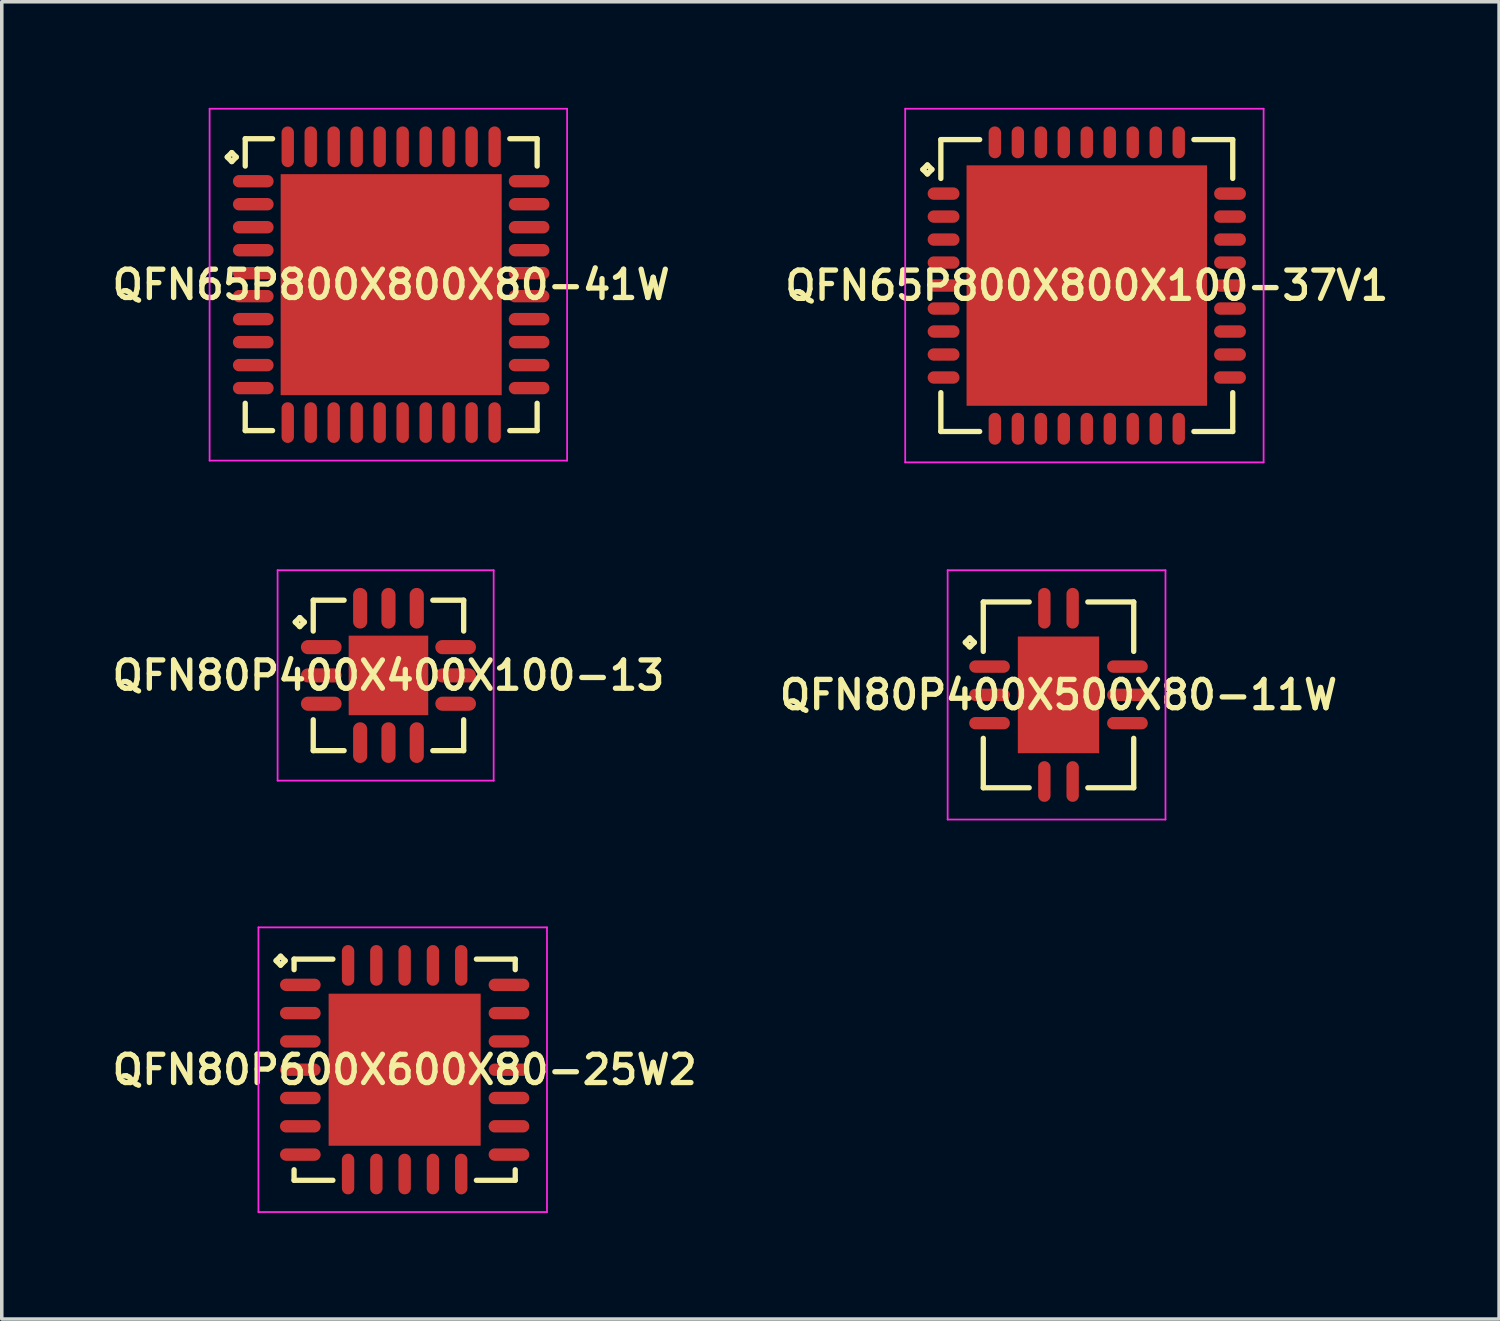
<source format=kicad_pcb>
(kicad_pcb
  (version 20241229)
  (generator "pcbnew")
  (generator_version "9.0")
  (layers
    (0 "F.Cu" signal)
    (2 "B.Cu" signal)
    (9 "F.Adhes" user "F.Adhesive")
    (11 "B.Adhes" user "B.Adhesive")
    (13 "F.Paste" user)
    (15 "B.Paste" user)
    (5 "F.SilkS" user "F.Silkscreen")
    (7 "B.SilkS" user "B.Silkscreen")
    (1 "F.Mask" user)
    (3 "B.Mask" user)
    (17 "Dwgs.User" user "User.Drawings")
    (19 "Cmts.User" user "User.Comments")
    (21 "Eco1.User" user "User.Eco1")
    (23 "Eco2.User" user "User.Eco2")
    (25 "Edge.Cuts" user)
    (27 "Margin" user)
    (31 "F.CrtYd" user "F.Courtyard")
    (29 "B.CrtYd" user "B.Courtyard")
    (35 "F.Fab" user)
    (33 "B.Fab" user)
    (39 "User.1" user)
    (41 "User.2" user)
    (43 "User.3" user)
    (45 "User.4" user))
  (footprint "QFN80P400X400X100-13"
    (layer "F.Cu")
    (at 7.935 16.05)
    (property "Reference" "QFN80P400X400X100-13" (at 0 0 0) (layer "F.SilkS") (effects (font (size 0.8 0.8) (thickness 0.15))))
    (attr smd)
    (fp_line (start -2.635 -1.508) (end -2.508 -1.635) (stroke (width 0.15) (type solid)) (layer "F.SilkS"))
    (fp_line (start -2.508 -1.635) (end -2.381 -1.508) (stroke (width 0.15) (type solid)) (layer "F.SilkS"))
    (fp_line (start -2.508 -1.381) (end -2.635 -1.508) (stroke (width 0.15) (type solid)) (layer "F.SilkS"))
    (fp_line (start -2.381 -1.508) (end -2.508 -1.381) (stroke (width 0.15) (type solid)) (layer "F.SilkS"))
    (fp_line (start -2.127 -2.127) (end -1.254 -2.127) (stroke (width 0.15) (type solid)) (layer "F.SilkS"))
    (fp_line (start -2.127 -1.254) (end -2.127 -2.127) (stroke (width 0.15) (type solid)) (layer "F.SilkS"))
    (fp_line (start -2.127 1.254) (end -2.127 2.127) (stroke (width 0.15) (type solid)) (layer "F.SilkS"))
    (fp_line (start -2.127 2.127) (end -1.254 2.127) (stroke (width 0.15) (type solid)) (layer "F.SilkS"))
    (fp_line (start 1.254 -2.127) (end 2.127 -2.127) (stroke (width 0.15) (type solid)) (layer "F.SilkS"))
    (fp_line (start 1.254 2.127) (end 2.127 2.127) (stroke (width 0.15) (type solid)) (layer "F.SilkS"))
    (fp_line (start 2.127 -2.127) (end 2.127 -1.254) (stroke (width 0.15) (type solid)) (layer "F.SilkS"))
    (fp_line (start 2.127 2.127) (end 2.127 1.254) (stroke (width 0.15) (type solid)) (layer "F.SilkS"))
    (fp_line (start -3.135 -2.975) (end 2.975 -2.975) (stroke (width 0.05) (type solid)) (layer "F.CrtYd"))
    (fp_line (start -3.135 2.975) (end -3.135 -2.975) (stroke (width 0.05) (type solid)) (layer "F.CrtYd"))
    (fp_line (start 2.975 -2.975) (end 2.975 2.975) (stroke (width 0.05) (type solid)) (layer "F.CrtYd"))
    (fp_line (start 2.975 2.975) (end -3.135 2.975) (stroke (width 0.05) (type solid)) (layer "F.CrtYd"))
    (pad "1" smd oval (at -1.9 -0.8) (size 1.15 0.4) (layers "F.Cu" "F.Mask" "F.Paste"))
    (pad "2" smd oval (at -1.9 0) (size 1.15 0.4) (layers "F.Cu" "F.Mask" "F.Paste"))
    (pad "3" smd oval (at -1.9 0.8) (size 1.15 0.4) (layers "F.Cu" "F.Mask" "F.Paste"))
    (pad "4" smd oval (at -0.8 1.9) (size 0.4 1.15) (layers "F.Cu" "F.Mask" "F.Paste"))
    (pad "5" smd oval (at 0 1.9) (size 0.4 1.15) (layers "F.Cu" "F.Mask" "F.Paste"))
    (pad "6" smd oval (at 0.8 1.9) (size 0.4 1.15) (layers "F.Cu" "F.Mask" "F.Paste"))
    (pad "7" smd oval (at 1.9 0.8) (size 1.15 0.4) (layers "F.Cu" "F.Mask" "F.Paste"))
    (pad "8" smd oval (at 1.9 0) (size 1.15 0.4) (layers "F.Cu" "F.Mask" "F.Paste"))
    (pad "9" smd oval (at 1.9 -0.8) (size 1.15 0.4) (layers "F.Cu" "F.Mask" "F.Paste"))
    (pad "10" smd oval (at 0.8 -1.9) (size 0.4 1.15) (layers "F.Cu" "F.Mask" "F.Paste"))
    (pad "11" smd oval (at 0 -1.9) (size 0.4 1.15) (layers "F.Cu" "F.Mask" "F.Paste"))
    (pad "12" smd oval (at -0.8 -1.9) (size 0.4 1.15) (layers "F.Cu" "F.Mask" "F.Paste"))
    (pad "13" smd rect (at 0 0) (size 2.25 2.25) (layers "F.Cu" "F.Mask" "F.Paste")))
  (footprint "QFN65P800X800X100-37V1"
    (layer "F.Cu")
    (at 27.683 5.025)
    (property "Reference" "QFN65P800X800X100-37V1" (at 0 0 0) (layer "F.SilkS") (effects (font (size 0.8 0.8) (thickness 0.15))))
    (attr smd)
    (fp_line (start -4.635 -3.283) (end -4.508 -3.41) (stroke (width 0.15) (type solid)) (layer "F.SilkS"))
    (fp_line (start -4.508 -3.41) (end -4.381 -3.283) (stroke (width 0.15) (type solid)) (layer "F.SilkS"))
    (fp_line (start -4.508 -3.156) (end -4.635 -3.283) (stroke (width 0.15) (type solid)) (layer "F.SilkS"))
    (fp_line (start -4.381 -3.283) (end -4.508 -3.156) (stroke (width 0.15) (type solid)) (layer "F.SilkS"))
    (fp_line (start -4.127 -4.127) (end -3.029 -4.127) (stroke (width 0.15) (type solid)) (layer "F.SilkS"))
    (fp_line (start -4.127 -3.029) (end -4.127 -4.127) (stroke (width 0.15) (type solid)) (layer "F.SilkS"))
    (fp_line (start -4.127 3.029) (end -4.127 4.127) (stroke (width 0.15) (type solid)) (layer "F.SilkS"))
    (fp_line (start -4.127 4.127) (end -3.029 4.127) (stroke (width 0.15) (type solid)) (layer "F.SilkS"))
    (fp_line (start 3.029 -4.127) (end 4.127 -4.127) (stroke (width 0.15) (type solid)) (layer "F.SilkS"))
    (fp_line (start 3.029 4.127) (end 4.127 4.127) (stroke (width 0.15) (type solid)) (layer "F.SilkS"))
    (fp_line (start 4.127 -4.127) (end 4.127 -3.029) (stroke (width 0.15) (type solid)) (layer "F.SilkS"))
    (fp_line (start 4.127 4.127) (end 4.127 3.029) (stroke (width 0.15) (type solid)) (layer "F.SilkS"))
    (fp_line (start -5.135 -5) (end 5 -5) (stroke (width 0.05) (type solid)) (layer "F.CrtYd"))
    (fp_line (start -5.135 5) (end -5.135 -5) (stroke (width 0.05) (type solid)) (layer "F.CrtYd"))
    (fp_line (start 5 -5) (end 5 5) (stroke (width 0.05) (type solid)) (layer "F.CrtYd"))
    (fp_line (start 5 5) (end -5.135 5) (stroke (width 0.05) (type solid)) (layer "F.CrtYd"))
    (pad "1" smd oval (at -4.05 -2.6) (size 0.9 0.35) (layers "F.Cu" "F.Mask" "F.Paste"))
    (pad "2" smd oval (at -4.05 -1.95) (size 0.9 0.35) (layers "F.Cu" "F.Mask" "F.Paste"))
    (pad "3" smd oval (at -4.05 -1.3) (size 0.9 0.35) (layers "F.Cu" "F.Mask" "F.Paste"))
    (pad "4" smd oval (at -4.05 -0.65) (size 0.9 0.35) (layers "F.Cu" "F.Mask" "F.Paste"))
    (pad "5" smd oval (at -4.05 0) (size 0.9 0.35) (layers "F.Cu" "F.Mask" "F.Paste"))
    (pad "6" smd oval (at -4.05 0.65) (size 0.9 0.35) (layers "F.Cu" "F.Mask" "F.Paste"))
    (pad "7" smd oval (at -4.05 1.3) (size 0.9 0.35) (layers "F.Cu" "F.Mask" "F.Paste"))
    (pad "8" smd oval (at -4.05 1.95) (size 0.9 0.35) (layers "F.Cu" "F.Mask" "F.Paste"))
    (pad "9" smd oval (at -4.05 2.6) (size 0.9 0.35) (layers "F.Cu" "F.Mask" "F.Paste"))
    (pad "10" smd oval (at -2.6 4.05) (size 0.35 0.9) (layers "F.Cu" "F.Mask" "F.Paste"))
    (pad "11" smd oval (at -1.95 4.05) (size 0.35 0.9) (layers "F.Cu" "F.Mask" "F.Paste"))
    (pad "12" smd oval (at -1.3 4.05) (size 0.35 0.9) (layers "F.Cu" "F.Mask" "F.Paste"))
    (pad "13" smd oval (at -0.65 4.05) (size 0.35 0.9) (layers "F.Cu" "F.Mask" "F.Paste"))
    (pad "14" smd oval (at 0 4.05) (size 0.35 0.9) (layers "F.Cu" "F.Mask" "F.Paste"))
    (pad "15" smd oval (at 0.65 4.05) (size 0.35 0.9) (layers "F.Cu" "F.Mask" "F.Paste"))
    (pad "16" smd oval (at 1.3 4.05) (size 0.35 0.9) (layers "F.Cu" "F.Mask" "F.Paste"))
    (pad "17" smd oval (at 1.95 4.05) (size 0.35 0.9) (layers "F.Cu" "F.Mask" "F.Paste"))
    (pad "18" smd oval (at 2.6 4.05) (size 0.35 0.9) (layers "F.Cu" "F.Mask" "F.Paste"))
    (pad "19" smd oval (at 4.05 2.6) (size 0.9 0.35) (layers "F.Cu" "F.Mask" "F.Paste"))
    (pad "20" smd oval (at 4.05 1.95) (size 0.9 0.35) (layers "F.Cu" "F.Mask" "F.Paste"))
    (pad "21" smd oval (at 4.05 1.3) (size 0.9 0.35) (layers "F.Cu" "F.Mask" "F.Paste"))
    (pad "22" smd oval (at 4.05 0.65) (size 0.9 0.35) (layers "F.Cu" "F.Mask" "F.Paste"))
    (pad "23" smd oval (at 4.05 0) (size 0.9 0.35) (layers "F.Cu" "F.Mask" "F.Paste"))
    (pad "24" smd oval (at 4.05 -0.65) (size 0.9 0.35) (layers "F.Cu" "F.Mask" "F.Paste"))
    (pad "25" smd oval (at 4.05 -1.3) (size 0.9 0.35) (layers "F.Cu" "F.Mask" "F.Paste"))
    (pad "26" smd oval (at 4.05 -1.95) (size 0.9 0.35) (layers "F.Cu" "F.Mask" "F.Paste"))
    (pad "27" smd oval (at 4.05 -2.6) (size 0.9 0.35) (layers "F.Cu" "F.Mask" "F.Paste"))
    (pad "28" smd oval (at 2.6 -4.05) (size 0.35 0.9) (layers "F.Cu" "F.Mask" "F.Paste"))
    (pad "29" smd oval (at 1.95 -4.05) (size 0.35 0.9) (layers "F.Cu" "F.Mask" "F.Paste"))
    (pad "30" smd oval (at 1.3 -4.05) (size 0.35 0.9) (layers "F.Cu" "F.Mask" "F.Paste"))
    (pad "31" smd oval (at 0.65 -4.05) (size 0.35 0.9) (layers "F.Cu" "F.Mask" "F.Paste"))
    (pad "32" smd oval (at 0 -4.05) (size 0.35 0.9) (layers "F.Cu" "F.Mask" "F.Paste"))
    (pad "33" smd oval (at -0.65 -4.05) (size 0.35 0.9) (layers "F.Cu" "F.Mask" "F.Paste"))
    (pad "34" smd oval (at -1.3 -4.05) (size 0.35 0.9) (layers "F.Cu" "F.Mask" "F.Paste"))
    (pad "35" smd oval (at -1.95 -4.05) (size 0.35 0.9) (layers "F.Cu" "F.Mask" "F.Paste"))
    (pad "36" smd oval (at -2.6 -4.05) (size 0.35 0.9) (layers "F.Cu" "F.Mask" "F.Paste"))
    (pad "37" smd rect (at 0 0) (size 6.8 6.8) (layers "F.Cu" "F.Mask" "F.Paste")))
  (footprint "QFN80P600X600X80-25W2"
    (layer "F.Cu")
    (at 8.393 27.2)
    (property "Reference" "QFN80P600X600X80-25W2" (at 0 0 0) (layer "F.SilkS") (effects (font (size 0.8 0.8) (thickness 0.15))))
    (attr smd)
    (fp_line (start -3.635 -3.083) (end -3.508 -3.21) (stroke (width 0.15) (type solid)) (layer "F.SilkS"))
    (fp_line (start -3.508 -3.21) (end -3.381 -3.083) (stroke (width 0.15) (type solid)) (layer "F.SilkS"))
    (fp_line (start -3.508 -2.956) (end -3.635 -3.083) (stroke (width 0.15) (type solid)) (layer "F.SilkS"))
    (fp_line (start -3.381 -3.083) (end -3.508 -2.956) (stroke (width 0.15) (type solid)) (layer "F.SilkS"))
    (fp_line (start -3.127 -3.127) (end -2.029 -3.127) (stroke (width 0.15) (type solid)) (layer "F.SilkS"))
    (fp_line (start -3.127 -2.829) (end -3.127 -3.127) (stroke (width 0.15) (type solid)) (layer "F.SilkS"))
    (fp_line (start -3.127 2.829) (end -3.127 3.127) (stroke (width 0.15) (type solid)) (layer "F.SilkS"))
    (fp_line (start -3.127 3.127) (end -2.029 3.127) (stroke (width 0.15) (type solid)) (layer "F.SilkS"))
    (fp_line (start 2.029 -3.127) (end 3.127 -3.127) (stroke (width 0.15) (type solid)) (layer "F.SilkS"))
    (fp_line (start 2.029 3.127) (end 3.127 3.127) (stroke (width 0.15) (type solid)) (layer "F.SilkS"))
    (fp_line (start 3.127 -3.127) (end 3.127 -2.829) (stroke (width 0.15) (type solid)) (layer "F.SilkS"))
    (fp_line (start 3.127 3.127) (end 3.127 2.829) (stroke (width 0.15) (type solid)) (layer "F.SilkS"))
    (fp_line (start -4.135 -4.025) (end 4.025 -4.025) (stroke (width 0.05) (type solid)) (layer "F.CrtYd"))
    (fp_line (start -4.135 4.025) (end -4.135 -4.025) (stroke (width 0.05) (type solid)) (layer "F.CrtYd"))
    (fp_line (start 4.025 -4.025) (end 4.025 4.025) (stroke (width 0.05) (type solid)) (layer "F.CrtYd"))
    (fp_line (start 4.025 4.025) (end -4.135 4.025) (stroke (width 0.05) (type solid)) (layer "F.CrtYd"))
    (pad "1" smd oval (at -2.95 -2.4) (size 1.15 0.35) (layers "F.Cu" "F.Mask" "F.Paste"))
    (pad "2" smd oval (at -2.95 -1.6) (size 1.15 0.35) (layers "F.Cu" "F.Mask" "F.Paste"))
    (pad "3" smd oval (at -2.95 -0.8) (size 1.15 0.35) (layers "F.Cu" "F.Mask" "F.Paste"))
    (pad "4" smd oval (at -2.95 0) (size 1.15 0.35) (layers "F.Cu" "F.Mask" "F.Paste"))
    (pad "5" smd oval (at -2.95 0.8) (size 1.15 0.35) (layers "F.Cu" "F.Mask" "F.Paste"))
    (pad "6" smd oval (at -2.95 1.6) (size 1.15 0.35) (layers "F.Cu" "F.Mask" "F.Paste"))
    (pad "7" smd oval (at -2.95 2.4) (size 1.15 0.35) (layers "F.Cu" "F.Mask" "F.Paste"))
    (pad "8" smd oval (at -1.6 2.95) (size 0.35 1.15) (layers "F.Cu" "F.Mask" "F.Paste"))
    (pad "9" smd oval (at -0.8 2.95) (size 0.35 1.15) (layers "F.Cu" "F.Mask" "F.Paste"))
    (pad "10" smd oval (at 0 2.95) (size 0.35 1.15) (layers "F.Cu" "F.Mask" "F.Paste"))
    (pad "11" smd oval (at 0.8 2.95) (size 0.35 1.15) (layers "F.Cu" "F.Mask" "F.Paste"))
    (pad "12" smd oval (at 1.6 2.95) (size 0.35 1.15) (layers "F.Cu" "F.Mask" "F.Paste"))
    (pad "13" smd oval (at 2.95 2.4) (size 1.15 0.35) (layers "F.Cu" "F.Mask" "F.Paste"))
    (pad "14" smd oval (at 2.95 1.6) (size 1.15 0.35) (layers "F.Cu" "F.Mask" "F.Paste"))
    (pad "15" smd oval (at 2.95 0.8) (size 1.15 0.35) (layers "F.Cu" "F.Mask" "F.Paste"))
    (pad "16" smd oval (at 2.95 0) (size 1.15 0.35) (layers "F.Cu" "F.Mask" "F.Paste"))
    (pad "17" smd oval (at 2.95 -0.8) (size 1.15 0.35) (layers "F.Cu" "F.Mask" "F.Paste"))
    (pad "18" smd oval (at 2.95 -1.6) (size 1.15 0.35) (layers "F.Cu" "F.Mask" "F.Paste"))
    (pad "19" smd oval (at 2.95 -2.4) (size 1.15 0.35) (layers "F.Cu" "F.Mask" "F.Paste"))
    (pad "20" smd oval (at 1.6 -2.95) (size 0.35 1.15) (layers "F.Cu" "F.Mask" "F.Paste"))
    (pad "21" smd oval (at 0.8 -2.95) (size 0.35 1.15) (layers "F.Cu" "F.Mask" "F.Paste"))
    (pad "22" smd oval (at 0 -2.95) (size 0.35 1.15) (layers "F.Cu" "F.Mask" "F.Paste"))
    (pad "23" smd oval (at -0.8 -2.95) (size 0.35 1.15) (layers "F.Cu" "F.Mask" "F.Paste"))
    (pad "24" smd oval (at -1.6 -2.95) (size 0.35 1.15) (layers "F.Cu" "F.Mask" "F.Paste"))
    (pad "25" smd rect (at 0 0) (size 4.3 4.3) (layers "F.Cu" "F.Mask" "F.Paste")))
  (footprint "QFN80P400X500X80-11W"
    (layer "F.Cu")
    (at 26.883 16.6)
    (property "Reference" "QFN80P400X500X80-11W" (at 0 0 0) (layer "F.SilkS") (effects (font (size 0.8 0.8) (thickness 0.15))))
    (attr smd)
    (fp_line (start -2.635 -1.483) (end -2.508 -1.61) (stroke (width 0.15) (type solid)) (layer "F.SilkS"))
    (fp_line (start -2.508 -1.61) (end -2.381 -1.483) (stroke (width 0.15) (type solid)) (layer "F.SilkS"))
    (fp_line (start -2.508 -1.356) (end -2.635 -1.483) (stroke (width 0.15) (type solid)) (layer "F.SilkS"))
    (fp_line (start -2.381 -1.483) (end -2.508 -1.356) (stroke (width 0.15) (type solid)) (layer "F.SilkS"))
    (fp_line (start -2.127 -2.627) (end -0.829 -2.627) (stroke (width 0.15) (type solid)) (layer "F.SilkS"))
    (fp_line (start -2.127 -1.229) (end -2.127 -2.627) (stroke (width 0.15) (type solid)) (layer "F.SilkS"))
    (fp_line (start -2.127 1.229) (end -2.127 2.627) (stroke (width 0.15) (type solid)) (layer "F.SilkS"))
    (fp_line (start -2.127 2.627) (end -0.829 2.627) (stroke (width 0.15) (type solid)) (layer "F.SilkS"))
    (fp_line (start 0.829 -2.627) (end 2.127 -2.627) (stroke (width 0.15) (type solid)) (layer "F.SilkS"))
    (fp_line (start 0.829 2.627) (end 2.127 2.627) (stroke (width 0.15) (type solid)) (layer "F.SilkS"))
    (fp_line (start 2.127 -2.627) (end 2.127 -1.229) (stroke (width 0.15) (type solid)) (layer "F.SilkS"))
    (fp_line (start 2.127 2.627) (end 2.127 1.229) (stroke (width 0.15) (type solid)) (layer "F.SilkS"))
    (fp_line (start -3.135 -3.525) (end 3.025 -3.525) (stroke (width 0.05) (type solid)) (layer "F.CrtYd"))
    (fp_line (start -3.135 3.525) (end -3.135 -3.525) (stroke (width 0.05) (type solid)) (layer "F.CrtYd"))
    (fp_line (start 3.025 -3.525) (end 3.025 3.525) (stroke (width 0.05) (type solid)) (layer "F.CrtYd"))
    (fp_line (start 3.025 3.525) (end -3.135 3.525) (stroke (width 0.05) (type solid)) (layer "F.CrtYd"))
    (pad "1" smd oval (at -1.95 -0.8) (size 1.15 0.35) (layers "F.Cu" "F.Mask" "F.Paste"))
    (pad "2" smd oval (at -1.95 0) (size 1.15 0.35) (layers "F.Cu" "F.Mask" "F.Paste"))
    (pad "3" smd oval (at -1.95 0.8) (size 1.15 0.35) (layers "F.Cu" "F.Mask" "F.Paste"))
    (pad "4" smd oval (at -0.4 2.45) (size 0.35 1.15) (layers "F.Cu" "F.Mask" "F.Paste"))
    (pad "5" smd oval (at 0.4 2.45) (size 0.35 1.15) (layers "F.Cu" "F.Mask" "F.Paste"))
    (pad "6" smd oval (at 1.95 0.8) (size 1.15 0.35) (layers "F.Cu" "F.Mask" "F.Paste"))
    (pad "7" smd oval (at 1.95 0) (size 1.15 0.35) (layers "F.Cu" "F.Mask" "F.Paste"))
    (pad "8" smd oval (at 1.95 -0.8) (size 1.15 0.35) (layers "F.Cu" "F.Mask" "F.Paste"))
    (pad "9" smd oval (at 0.4 -2.45) (size 0.35 1.15) (layers "F.Cu" "F.Mask" "F.Paste"))
    (pad "10" smd oval (at -0.4 -2.45) (size 0.35 1.15) (layers "F.Cu" "F.Mask" "F.Paste"))
    (pad "11" smd rect (at 0 0) (size 2.3 3.3) (layers "F.Cu" "F.Mask" "F.Paste")))
  (footprint "QFN65P800X800X80-41W"
    (layer "F.Cu")
    (at 8.012 5)
    (property "Reference" "QFN65P800X800X80-41W" (at 0 0 0) (layer "F.SilkS") (effects (font (size 0.8 0.8) (thickness 0.15))))
    (attr smd)
    (fp_line (start -4.635 -3.608) (end -4.508 -3.735) (stroke (width 0.15) (type solid)) (layer "F.SilkS"))
    (fp_line (start -4.508 -3.735) (end -4.381 -3.608) (stroke (width 0.15) (type solid)) (layer "F.SilkS"))
    (fp_line (start -4.508 -3.481) (end -4.635 -3.608) (stroke (width 0.15) (type solid)) (layer "F.SilkS"))
    (fp_line (start -4.381 -3.608) (end -4.508 -3.481) (stroke (width 0.15) (type solid)) (layer "F.SilkS"))
    (fp_line (start -4.127 -4.127) (end -3.354 -4.127) (stroke (width 0.15) (type solid)) (layer "F.SilkS"))
    (fp_line (start -4.127 -3.354) (end -4.127 -4.127) (stroke (width 0.15) (type solid)) (layer "F.SilkS"))
    (fp_line (start -4.127 3.354) (end -4.127 4.127) (stroke (width 0.15) (type solid)) (layer "F.SilkS"))
    (fp_line (start -4.127 4.127) (end -3.354 4.127) (stroke (width 0.15) (type solid)) (layer "F.SilkS"))
    (fp_line (start 3.354 -4.127) (end 4.127 -4.127) (stroke (width 0.15) (type solid)) (layer "F.SilkS"))
    (fp_line (start 3.354 4.127) (end 4.127 4.127) (stroke (width 0.15) (type solid)) (layer "F.SilkS"))
    (fp_line (start 4.127 -4.127) (end 4.127 -3.354) (stroke (width 0.15) (type solid)) (layer "F.SilkS"))
    (fp_line (start 4.127 4.127) (end 4.127 3.354) (stroke (width 0.15) (type solid)) (layer "F.SilkS"))
    (fp_line (start -5.135 -4.975) (end 4.975 -4.975) (stroke (width 0.05) (type solid)) (layer "F.CrtYd"))
    (fp_line (start -5.135 4.975) (end -5.135 -4.975) (stroke (width 0.05) (type solid)) (layer "F.CrtYd"))
    (fp_line (start 4.975 -4.975) (end 4.975 4.975) (stroke (width 0.05) (type solid)) (layer "F.CrtYd"))
    (fp_line (start 4.975 4.975) (end -5.135 4.975) (stroke (width 0.05) (type solid)) (layer "F.CrtYd"))
    (pad "1" smd oval (at -3.9 -2.925) (size 1.15 0.35) (layers "F.Cu" "F.Mask" "F.Paste"))
    (pad "2" smd oval (at -3.9 -2.275) (size 1.15 0.35) (layers "F.Cu" "F.Mask" "F.Paste"))
    (pad "3" smd oval (at -3.9 -1.625) (size 1.15 0.35) (layers "F.Cu" "F.Mask" "F.Paste"))
    (pad "4" smd oval (at -3.9 -0.975) (size 1.15 0.35) (layers "F.Cu" "F.Mask" "F.Paste"))
    (pad "5" smd oval (at -3.9 -0.325) (size 1.15 0.35) (layers "F.Cu" "F.Mask" "F.Paste"))
    (pad "6" smd oval (at -3.9 0.325) (size 1.15 0.35) (layers "F.Cu" "F.Mask" "F.Paste"))
    (pad "7" smd oval (at -3.9 0.975) (size 1.15 0.35) (layers "F.Cu" "F.Mask" "F.Paste"))
    (pad "8" smd oval (at -3.9 1.625) (size 1.15 0.35) (layers "F.Cu" "F.Mask" "F.Paste"))
    (pad "9" smd oval (at -3.9 2.275) (size 1.15 0.35) (layers "F.Cu" "F.Mask" "F.Paste"))
    (pad "10" smd oval (at -3.9 2.925) (size 1.15 0.35) (layers "F.Cu" "F.Mask" "F.Paste"))
    (pad "11" smd oval (at -2.925 3.9) (size 0.35 1.15) (layers "F.Cu" "F.Mask" "F.Paste"))
    (pad "12" smd oval (at -2.275 3.9) (size 0.35 1.15) (layers "F.Cu" "F.Mask" "F.Paste"))
    (pad "13" smd oval (at -1.625 3.9) (size 0.35 1.15) (layers "F.Cu" "F.Mask" "F.Paste"))
    (pad "14" smd oval (at -0.975 3.9) (size 0.35 1.15) (layers "F.Cu" "F.Mask" "F.Paste"))
    (pad "15" smd oval (at -0.325 3.9) (size 0.35 1.15) (layers "F.Cu" "F.Mask" "F.Paste"))
    (pad "16" smd oval (at 0.325 3.9) (size 0.35 1.15) (layers "F.Cu" "F.Mask" "F.Paste"))
    (pad "17" smd oval (at 0.975 3.9) (size 0.35 1.15) (layers "F.Cu" "F.Mask" "F.Paste"))
    (pad "18" smd oval (at 1.625 3.9) (size 0.35 1.15) (layers "F.Cu" "F.Mask" "F.Paste"))
    (pad "19" smd oval (at 2.275 3.9) (size 0.35 1.15) (layers "F.Cu" "F.Mask" "F.Paste"))
    (pad "20" smd oval (at 2.925 3.9) (size 0.35 1.15) (layers "F.Cu" "F.Mask" "F.Paste"))
    (pad "21" smd oval (at 3.9 2.925) (size 1.15 0.35) (layers "F.Cu" "F.Mask" "F.Paste"))
    (pad "22" smd oval (at 3.9 2.275) (size 1.15 0.35) (layers "F.Cu" "F.Mask" "F.Paste"))
    (pad "23" smd oval (at 3.9 1.625) (size 1.15 0.35) (layers "F.Cu" "F.Mask" "F.Paste"))
    (pad "24" smd oval (at 3.9 0.975) (size 1.15 0.35) (layers "F.Cu" "F.Mask" "F.Paste"))
    (pad "25" smd oval (at 3.9 0.325) (size 1.15 0.35) (layers "F.Cu" "F.Mask" "F.Paste"))
    (pad "26" smd oval (at 3.9 -0.325) (size 1.15 0.35) (layers "F.Cu" "F.Mask" "F.Paste"))
    (pad "27" smd oval (at 3.9 -0.975) (size 1.15 0.35) (layers "F.Cu" "F.Mask" "F.Paste"))
    (pad "28" smd oval (at 3.9 -1.625) (size 1.15 0.35) (layers "F.Cu" "F.Mask" "F.Paste"))
    (pad "29" smd oval (at 3.9 -2.275) (size 1.15 0.35) (layers "F.Cu" "F.Mask" "F.Paste"))
    (pad "30" smd oval (at 3.9 -2.925) (size 1.15 0.35) (layers "F.Cu" "F.Mask" "F.Paste"))
    (pad "31" smd oval (at 2.925 -3.9) (size 0.35 1.15) (layers "F.Cu" "F.Mask" "F.Paste"))
    (pad "32" smd oval (at 2.275 -3.9) (size 0.35 1.15) (layers "F.Cu" "F.Mask" "F.Paste"))
    (pad "33" smd oval (at 1.625 -3.9) (size 0.35 1.15) (layers "F.Cu" "F.Mask" "F.Paste"))
    (pad "34" smd oval (at 0.975 -3.9) (size 0.35 1.15) (layers "F.Cu" "F.Mask" "F.Paste"))
    (pad "35" smd oval (at 0.325 -3.9) (size 0.35 1.15) (layers "F.Cu" "F.Mask" "F.Paste"))
    (pad "36" smd oval (at -0.325 -3.9) (size 0.35 1.15) (layers "F.Cu" "F.Mask" "F.Paste"))
    (pad "37" smd oval (at -0.975 -3.9) (size 0.35 1.15) (layers "F.Cu" "F.Mask" "F.Paste"))
    (pad "38" smd oval (at -1.625 -3.9) (size 0.35 1.15) (layers "F.Cu" "F.Mask" "F.Paste"))
    (pad "39" smd oval (at -2.275 -3.9) (size 0.35 1.15) (layers "F.Cu" "F.Mask" "F.Paste"))
    (pad "40" smd oval (at -2.925 -3.9) (size 0.35 1.15) (layers "F.Cu" "F.Mask" "F.Paste"))
    (pad "41" smd rect (at 0 0) (size 6.25 6.25) (layers "F.Cu" "F.Mask" "F.Paste")))
  (gr_rect
    (start -3 -3)
    (end 39.342 34.25)
    (stroke (width 0.1) (type default))
    (fill no)
    (layer "Edge.Cuts")))
</source>
